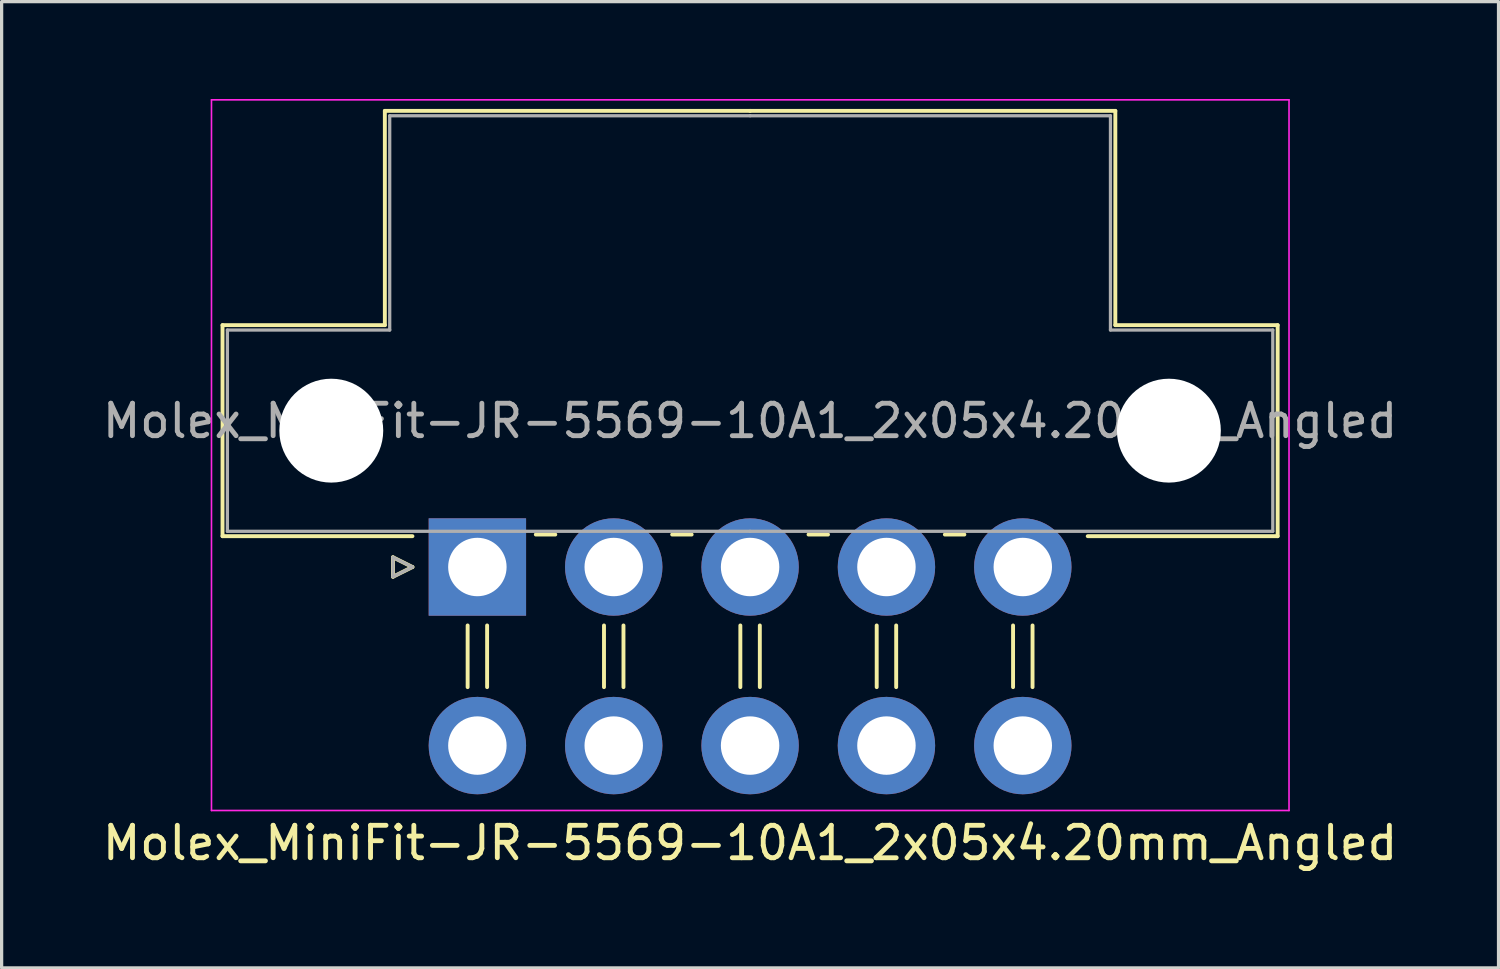
<source format=kicad_pcb>
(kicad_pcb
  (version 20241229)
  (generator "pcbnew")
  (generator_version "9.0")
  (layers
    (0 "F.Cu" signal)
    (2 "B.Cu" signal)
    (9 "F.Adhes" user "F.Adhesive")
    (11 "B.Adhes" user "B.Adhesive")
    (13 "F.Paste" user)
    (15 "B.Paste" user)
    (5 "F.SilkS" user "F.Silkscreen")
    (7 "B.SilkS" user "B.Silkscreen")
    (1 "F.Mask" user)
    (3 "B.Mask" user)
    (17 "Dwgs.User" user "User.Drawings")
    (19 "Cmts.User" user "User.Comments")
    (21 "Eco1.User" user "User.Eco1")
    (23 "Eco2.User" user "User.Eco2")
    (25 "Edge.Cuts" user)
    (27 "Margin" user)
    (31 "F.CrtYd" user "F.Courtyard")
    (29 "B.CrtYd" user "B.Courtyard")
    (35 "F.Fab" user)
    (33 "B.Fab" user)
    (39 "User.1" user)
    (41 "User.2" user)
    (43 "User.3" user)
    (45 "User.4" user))
  (footprint "Molex_MiniFit-JR-5569-10A1_2x05x4.20mm_Angled"
    (layer "F.Cu")
    (at 11.654 14.415)
    (property "Reference" "Molex_MiniFit-JR-5569-10A1_2x05x4.20mm_Angled" (at 8.4 8.5 0) (layer "F.SilkS") (effects (font (size 1 1) (thickness 0.15))))
    (attr through_hole)
    (fp_line (start -7.85 -7.45) (end -7.85 -0.95) (stroke (width 0.12) (type solid)) (layer "F.SilkS"))
    (fp_line (start -7.85 -0.95) (end -2 -0.95) (stroke (width 0.12) (type solid)) (layer "F.SilkS"))
    (fp_line (start -2.85 -14.05) (end -2.85 -7.45) (stroke (width 0.12) (type solid)) (layer "F.SilkS"))
    (fp_line (start -2.85 -7.45) (end -7.85 -7.45) (stroke (width 0.12) (type solid)) (layer "F.SilkS"))
    (fp_line (start -2.6 -0.3) (end -2 0) (stroke (width 0.12) (type solid)) (layer "F.SilkS"))
    (fp_line (start -2.6 0.3) (end -2.6 -0.3) (stroke (width 0.12) (type solid)) (layer "F.SilkS"))
    (fp_line (start -2 0) (end -2.6 0.3) (stroke (width 0.12) (type solid)) (layer "F.SilkS"))
    (fp_line (start -0.3 1.8) (end -0.3 3.7) (stroke (width 0.12) (type solid)) (layer "F.SilkS"))
    (fp_line (start 0.3 1.8) (end 0.3 3.7) (stroke (width 0.12) (type solid)) (layer "F.SilkS"))
    (fp_line (start 1.8 -1) (end 2.4 -1) (stroke (width 0.12) (type solid)) (layer "F.SilkS"))
    (fp_line (start 3.9 1.8) (end 3.9 3.7) (stroke (width 0.12) (type solid)) (layer "F.SilkS"))
    (fp_line (start 4.5 1.8) (end 4.5 3.7) (stroke (width 0.12) (type solid)) (layer "F.SilkS"))
    (fp_line (start 6 -1) (end 6.6 -1) (stroke (width 0.12) (type solid)) (layer "F.SilkS"))
    (fp_line (start 8.1 1.8) (end 8.1 3.7) (stroke (width 0.12) (type solid)) (layer "F.SilkS"))
    (fp_line (start 8.4 -14.05) (end -2.85 -14.05) (stroke (width 0.12) (type solid)) (layer "F.SilkS"))
    (fp_line (start 8.4 -14.05) (end 19.65 -14.05) (stroke (width 0.12) (type solid)) (layer "F.SilkS"))
    (fp_line (start 8.7 1.8) (end 8.7 3.7) (stroke (width 0.12) (type solid)) (layer "F.SilkS"))
    (fp_line (start 10.2 -1) (end 10.8 -1) (stroke (width 0.12) (type solid)) (layer "F.SilkS"))
    (fp_line (start 12.3 1.8) (end 12.3 3.7) (stroke (width 0.12) (type solid)) (layer "F.SilkS"))
    (fp_line (start 12.9 1.8) (end 12.9 3.7) (stroke (width 0.12) (type solid)) (layer "F.SilkS"))
    (fp_line (start 14.4 -1) (end 15 -1) (stroke (width 0.12) (type solid)) (layer "F.SilkS"))
    (fp_line (start 16.5 1.8) (end 16.5 3.7) (stroke (width 0.12) (type solid)) (layer "F.SilkS"))
    (fp_line (start 17.1 1.8) (end 17.1 3.7) (stroke (width 0.12) (type solid)) (layer "F.SilkS"))
    (fp_line (start 19.65 -14.05) (end 19.65 -7.45) (stroke (width 0.12) (type solid)) (layer "F.SilkS"))
    (fp_line (start 19.65 -7.45) (end 24.65 -7.45) (stroke (width 0.12) (type solid)) (layer "F.SilkS"))
    (fp_line (start 24.65 -7.45) (end 24.65 -0.95) (stroke (width 0.12) (type solid)) (layer "F.SilkS"))
    (fp_line (start 24.65 -0.95) (end 18.8 -0.95) (stroke (width 0.12) (type solid)) (layer "F.SilkS"))
    (fp_line (start -8.19 -14.39) (end -8.19 7.5) (stroke (width 0.05) (type solid)) (layer "F.CrtYd"))
    (fp_line (start -8.19 7.5) (end 25 7.5) (stroke (width 0.05) (type solid)) (layer "F.CrtYd"))
    (fp_line (start 25 -14.39) (end -8.19 -14.39) (stroke (width 0.05) (type solid)) (layer "F.CrtYd"))
    (fp_line (start 25 7.5) (end 25 -14.39) (stroke (width 0.05) (type solid)) (layer "F.CrtYd"))
    (fp_line (start -7.7 -7.3) (end -7.7 -1.1) (stroke (width 0.1) (type solid)) (layer "F.Fab"))
    (fp_line (start -7.7 -1.1) (end 8.4 -1.1) (stroke (width 0.1) (type solid)) (layer "F.Fab"))
    (fp_line (start -2.7 -13.9) (end -2.7 -7.3) (stroke (width 0.1) (type solid)) (layer "F.Fab"))
    (fp_line (start -2.7 -7.3) (end -7.7 -7.3) (stroke (width 0.1) (type solid)) (layer "F.Fab"))
    (fp_line (start -2.6 -0.3) (end -2 0) (stroke (width 0.1) (type solid)) (layer "F.Fab"))
    (fp_line (start -2.6 0.3) (end -2.6 -0.3) (stroke (width 0.1) (type solid)) (layer "F.Fab"))
    (fp_line (start -2 0) (end -2.6 0.3) (stroke (width 0.1) (type solid)) (layer "F.Fab"))
    (fp_line (start 8.4 -13.9) (end -2.7 -13.9) (stroke (width 0.1) (type solid)) (layer "F.Fab"))
    (fp_line (start 8.4 -13.9) (end 19.5 -13.9) (stroke (width 0.1) (type solid)) (layer "F.Fab"))
    (fp_line (start 19.5 -13.9) (end 19.5 -7.3) (stroke (width 0.1) (type solid)) (layer "F.Fab"))
    (fp_line (start 19.5 -7.3) (end 24.5 -7.3) (stroke (width 0.1) (type solid)) (layer "F.Fab"))
    (fp_line (start 24.5 -7.3) (end 24.5 -1.1) (stroke (width 0.1) (type solid)) (layer "F.Fab"))
    (fp_line (start 24.5 -1.1) (end 8.4 -1.1) (stroke (width 0.1) (type solid)) (layer "F.Fab"))
    (fp_text user "${REFERENCE}" (at 8.4 -4.5 0) (layer "F.Fab") (effects (font (size 1 1) (thickness 0.15))))
    (pad "" np_thru_hole circle (at -4.5 -4.2) (size 3.2 3.2) (drill 3.2) (layers "*.Cu" "*.Mask"))
    (pad "" np_thru_hole circle (at 21.3 -4.2) (size 3.2 3.2) (drill 3.2) (layers "*.Cu" "*.Mask"))
    (pad "1" thru_hole rect (at 0 0) (size 3 3) (drill 1.8) (layers "*.Cu" "*.Mask"))
    (pad "2" thru_hole circle (at 4.2 0) (size 3 3) (drill 1.8) (layers "*.Cu" "*.Mask"))
    (pad "3" thru_hole circle (at 8.4 0) (size 3 3) (drill 1.8) (layers "*.Cu" "*.Mask"))
    (pad "4" thru_hole circle (at 12.6 0) (size 3 3) (drill 1.8) (layers "*.Cu" "*.Mask"))
    (pad "5" thru_hole circle (at 16.8 0) (size 3 3) (drill 1.8) (layers "*.Cu" "*.Mask"))
    (pad "6" thru_hole circle (at 0 5.5) (size 3 3) (drill 1.8) (layers "*.Cu" "*.Mask"))
    (pad "7" thru_hole circle (at 4.2 5.5) (size 3 3) (drill 1.8) (layers "*.Cu" "*.Mask"))
    (pad "8" thru_hole circle (at 8.4 5.5) (size 3 3) (drill 1.8) (layers "*.Cu" "*.Mask"))
    (pad "9" thru_hole circle (at 12.6 5.5) (size 3 3) (drill 1.8) (layers "*.Cu" "*.Mask"))
    (pad "10" thru_hole circle (at 16.8 5.5) (size 3 3) (drill 1.8) (layers "*.Cu" "*.Mask")))
  (gr_rect
    (start -3 -3)
    (end 43.107 26.763)
    (stroke (width 0.1) (type default))
    (fill no)
    (layer "Edge.Cuts")))
</source>
